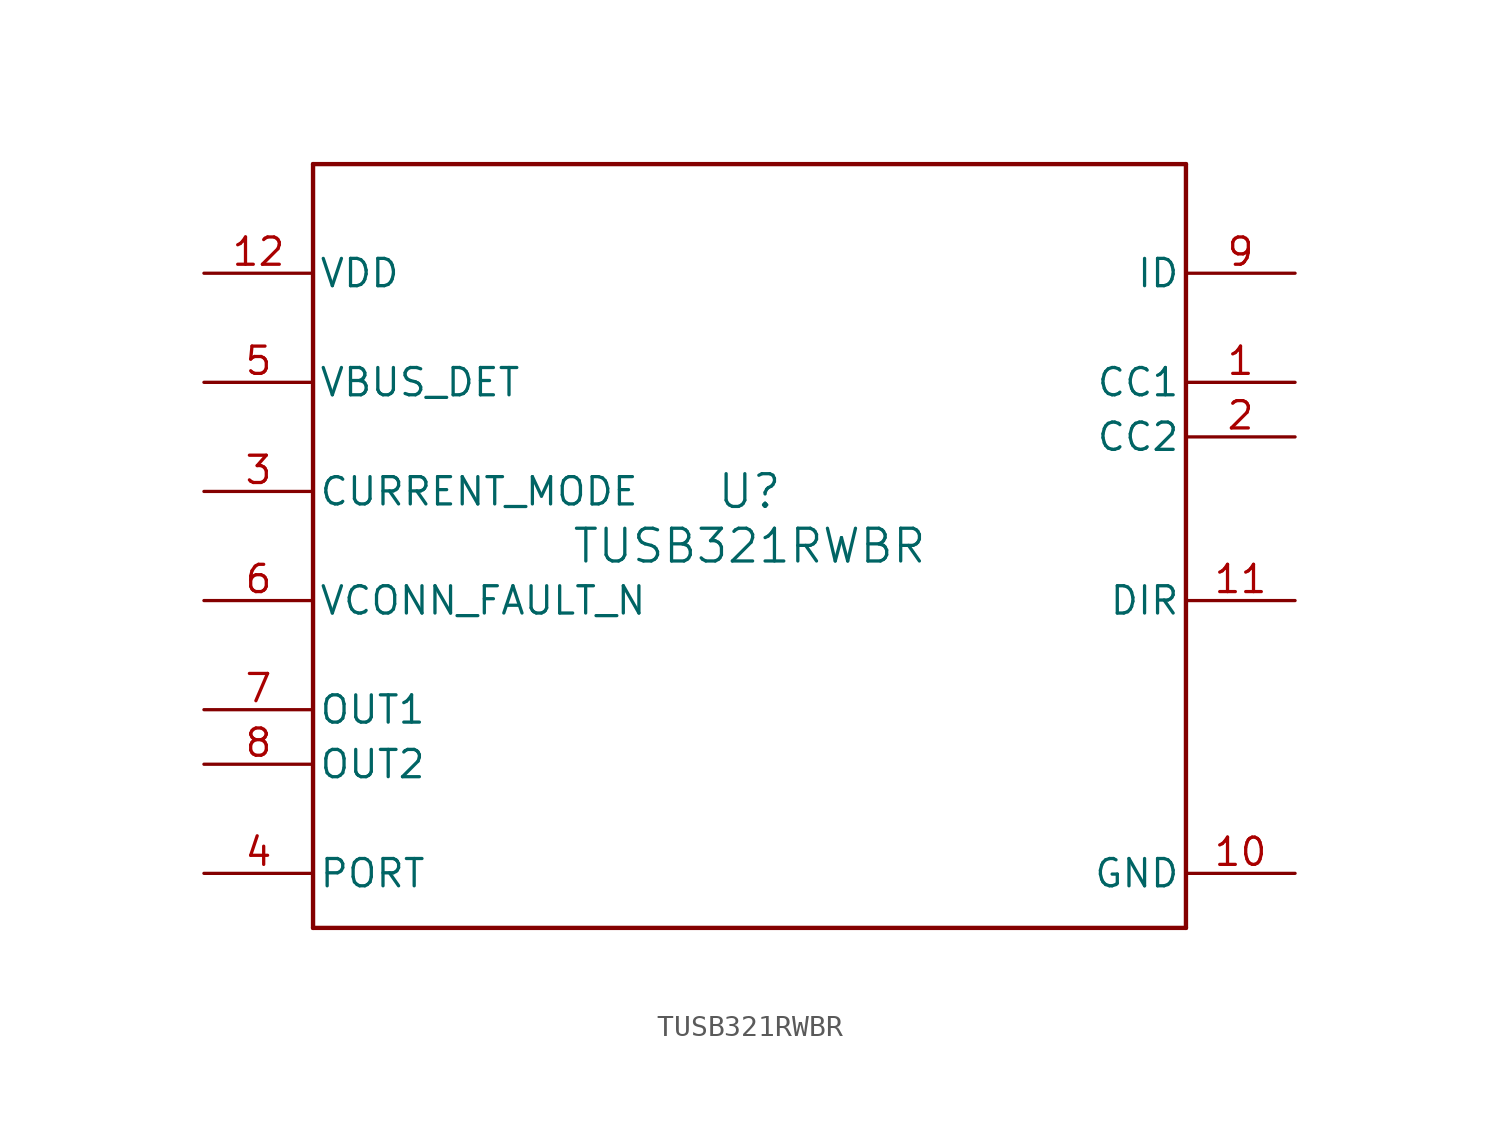
<source format=kicad_sym>
(kicad_symbol_lib
  (version 20211014)
  (generator kicad_symbol_editor)
  (symbol "TUSB321RWBR"
    (pin_names
      (offset 0.254))
    (property "Reference" "U"
      (at 0 2.54 0)
      (effects (font (size 1.524 1.524))))
    (property "Value" "TUSB321RWBR"
      (at 0 0 0)
      (effects (font (size 1.524 1.524))))
    (symbol "TUSB321RWBR_0_1"
      (polyline (pts (xy -20.32 -17.78) (xy 20.32 -17.78)) (stroke (width 0.203) (type default) (color 0 0 0 0)) (fill (type none)))
      (polyline (pts (xy 20.32 -17.78) (xy 20.32 17.78)) (stroke (width 0.203) (type default) (color 0 0 0 0)) (fill (type none)))
      (polyline (pts (xy 20.32 17.78) (xy -20.32 17.78)) (stroke (width 0.203) (type default) (color 0 0 0 0)) (fill (type none)))
      (polyline (pts (xy -20.32 17.78) (xy -20.32 -17.78)) (stroke (width 0.203) (type default) (color 0 0 0 0)) (fill (type none)))
      (pin bidirectional line (at 25.4 7.62 180) (length 5.08) (name "CC1" (effects (font (size 1.27 1.27)))) (number "1" (effects (font (size 1.27 1.27)))))
      (pin bidirectional line (at 25.4 5.08 180) (length 5.08) (name "CC2" (effects (font (size 1.27 1.27)))) (number "2" (effects (font (size 1.27 1.27)))))
      (pin input line (at -25.4 2.54 0) (length 5.08) (name "CURRENT_MODE" (effects (font (size 1.27 1.27)))) (number "3" (effects (font (size 1.27 1.27)))))
      (pin input line (at -25.4 -15.24 0) (length 5.08) (name "PORT" (effects (font (size 1.27 1.27)))) (number "4" (effects (font (size 1.27 1.27)))))
      (pin input line (at -25.4 7.62 0) (length 5.08) (name "VBUS_DET" (effects (font (size 1.27 1.27)))) (number "5" (effects (font (size 1.27 1.27)))))
      (pin open_collector line (at -25.4 -2.54 0) (length 5.08) (name "VCONN_FAULT_N" (effects (font (size 1.27 1.27)))) (number "6" (effects (font (size 1.27 1.27)))))
      (pin open_collector line (at -25.4 -7.62 0) (length 5.08) (name "OUT1" (effects (font (size 1.27 1.27)))) (number "7" (effects (font (size 1.27 1.27)))))
      (pin open_collector line (at -25.4 -10.16 0) (length 5.08) (name "OUT2" (effects (font (size 1.27 1.27)))) (number "8" (effects (font (size 1.27 1.27)))))
      (pin open_collector line (at 25.4 12.7 180) (length 5.08) (name "ID" (effects (font (size 1.27 1.27)))) (number "9" (effects (font (size 1.27 1.27)))))
      (pin power_in line (at 25.4 -15.24 180) (length 5.08) (name "GND" (effects (font (size 1.27 1.27)))) (number "10" (effects (font (size 1.27 1.27)))))
      (pin open_collector line (at 25.4 -2.54 180) (length 5.08) (name "DIR" (effects (font (size 1.27 1.27)))) (number "11" (effects (font (size 1.27 1.27)))))
      (pin power_in line (at -25.4 12.7 0) (length 5.08) (name "VDD" (effects (font (size 1.27 1.27)))) (number "12" (effects (font (size 1.27 1.27))))))))
</source>
